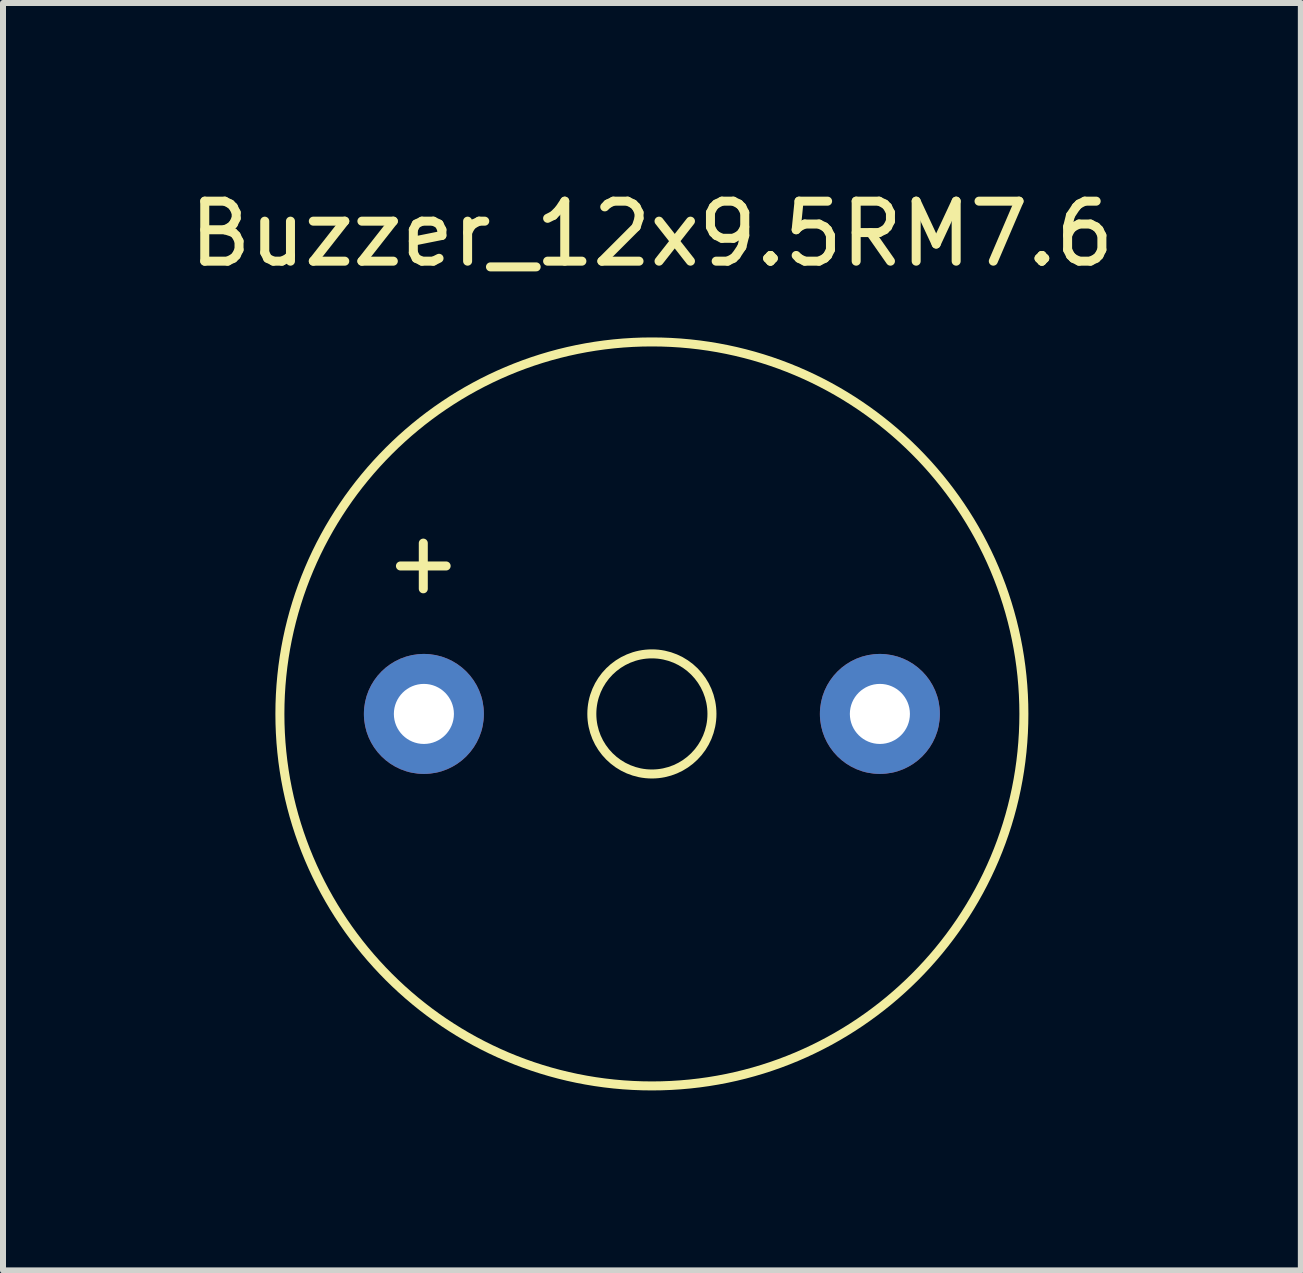
<source format=kicad_pcb>
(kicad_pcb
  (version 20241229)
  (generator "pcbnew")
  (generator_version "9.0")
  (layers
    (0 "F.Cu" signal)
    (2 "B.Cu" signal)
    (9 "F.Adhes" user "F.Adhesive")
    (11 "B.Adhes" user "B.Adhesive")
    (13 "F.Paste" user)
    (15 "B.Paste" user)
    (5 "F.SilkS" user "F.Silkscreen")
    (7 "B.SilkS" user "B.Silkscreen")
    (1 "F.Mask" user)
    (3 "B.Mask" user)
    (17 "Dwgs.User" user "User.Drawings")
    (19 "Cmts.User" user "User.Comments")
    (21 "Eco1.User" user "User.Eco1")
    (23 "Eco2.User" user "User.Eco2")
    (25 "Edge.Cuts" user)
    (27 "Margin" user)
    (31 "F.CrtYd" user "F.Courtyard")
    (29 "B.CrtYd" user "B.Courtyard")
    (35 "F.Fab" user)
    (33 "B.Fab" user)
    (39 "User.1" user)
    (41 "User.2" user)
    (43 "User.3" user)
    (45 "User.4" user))
  (footprint "Buzzer_12x9.5RM7.6"
    (layer "F.Cu")
    (at 7.815 8.849)
    (property "Reference" "Buzzer_12x9.5RM7.6" (at 0 -8.001 0) (layer "F.SilkS") (effects (font (size 1 1) (thickness 0.15))))
    (attr through_hole)
    (fp_circle (center 0 0) (end 1.001 0) (stroke (width 0.15) (type solid)) (fill no) (layer "F.SilkS"))
    (fp_circle (center 0 0) (end 6.2 0) (stroke (width 0.15) (type solid)) (fill no) (layer "F.SilkS"))
    (fp_text user "+" (at -3.81 -2.54 0) (layer "F.SilkS") (effects (font (size 1 1) (thickness 0.15))))
    (pad "1" thru_hole circle (at -3.8 0) (size 2 2) (drill 1.001) (layers "*.Cu" "*.Mask"))
    (pad "2" thru_hole circle (at 3.8 0) (size 2 2) (drill 1.001) (layers "*.Cu" "*.Mask")))
  (gr_rect
    (start -3 -3)
    (end 18.631 18.124)
    (stroke (width 0.1) (type default))
    (fill no)
    (layer "Edge.Cuts")))
</source>
